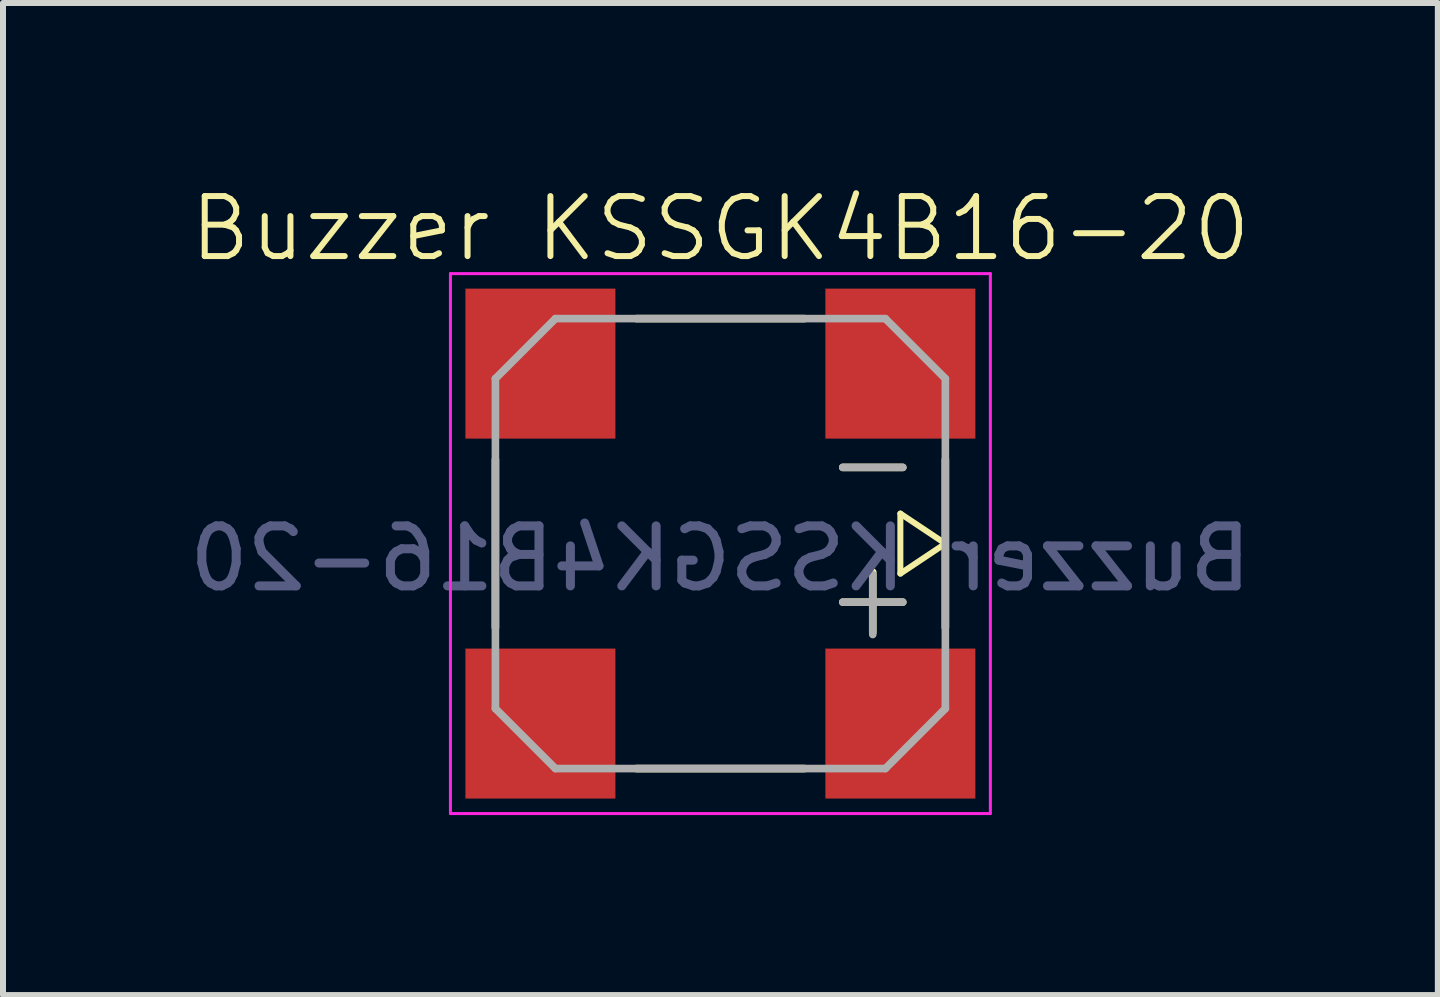
<source format=kicad_pcb>
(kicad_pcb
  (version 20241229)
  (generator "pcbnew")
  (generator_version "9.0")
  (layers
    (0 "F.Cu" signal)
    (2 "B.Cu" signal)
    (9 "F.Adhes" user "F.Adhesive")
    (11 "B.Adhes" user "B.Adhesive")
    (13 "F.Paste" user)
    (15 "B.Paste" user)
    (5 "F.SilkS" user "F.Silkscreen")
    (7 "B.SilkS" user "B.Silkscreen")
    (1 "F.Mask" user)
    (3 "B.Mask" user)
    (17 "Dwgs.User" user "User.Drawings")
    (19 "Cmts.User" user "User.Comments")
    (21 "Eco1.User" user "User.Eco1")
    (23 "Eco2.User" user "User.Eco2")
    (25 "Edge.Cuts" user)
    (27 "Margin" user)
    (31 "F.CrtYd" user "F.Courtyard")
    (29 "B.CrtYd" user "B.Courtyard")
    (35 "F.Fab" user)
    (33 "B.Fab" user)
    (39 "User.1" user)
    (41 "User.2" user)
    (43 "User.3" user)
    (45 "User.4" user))
  (footprint "Buzzer KSSGK4B16-20"
    (layer "F.Cu")
    (at 8.958 6.261)
    (property "Reference" "Buzzer KSSGK4B16-20" (at 0 -5.5 0) (unlocked yes) (layer "F.SilkS") (effects (font (size 1 1) (thickness 0.1))))
    (attr smd)
    (fp_line (start -3.75 -1.65) (end -3.75 1.15) (stroke (width 0.127) (type solid)) (layer "F.SilkS"))
    (fp_line (start 1.4 -4) (end -1.4 -4) (stroke (width 0.127) (type solid)) (layer "F.SilkS"))
    (fp_line (start 1.4 3.5) (end -1.4 3.5) (stroke (width 0.127) (type solid)) (layer "F.SilkS"))
    (fp_line (start 2.54 1.226) (end 2.54 0.226) (stroke (width 0.127) (type solid)) (layer "F.SilkS"))
    (fp_line (start 3 0.25) (end 3 -0.75) (stroke (width 0.1) (type default)) (layer "F.SilkS"))
    (fp_line (start 3.04 -1.52) (end 2.04 -1.52) (stroke (width 0.127) (type solid)) (layer "F.SilkS"))
    (fp_line (start 3.04 0.726) (end 2.04 0.726) (stroke (width 0.127) (type solid)) (layer "F.SilkS"))
    (fp_line (start 3.75 -1.65) (end 3.75 1.15) (stroke (width 0.127) (type solid)) (layer "F.SilkS"))
    (fp_line (start 3.75 -0.25) (end 3 -0.75) (stroke (width 0.1) (type default)) (layer "F.SilkS"))
    (fp_line (start 3.75 -0.25) (end 3 0.25) (stroke (width 0.1) (type default)) (layer "F.SilkS"))
    (fp_line (start -4.5 -4.75) (end -4.5 4.25) (stroke (width 0.05) (type solid)) (layer "F.CrtYd"))
    (fp_line (start -4.5 4.25) (end 4.5 4.25) (stroke (width 0.05) (type solid)) (layer "F.CrtYd"))
    (fp_line (start 4.5 -4.75) (end -4.5 -4.75) (stroke (width 0.05) (type solid)) (layer "F.CrtYd"))
    (fp_line (start 4.5 4.25) (end 4.5 -4.75) (stroke (width 0.05) (type solid)) (layer "F.CrtYd"))
    (fp_line (start -3.75 -3) (end -3.75 2.5) (stroke (width 0.127) (type solid)) (layer "F.Fab"))
    (fp_line (start -2.75 -4) (end -3.75 -3) (stroke (width 0.127) (type solid)) (layer "F.Fab"))
    (fp_line (start -2.75 3.5) (end -3.75 2.5) (stroke (width 0.127) (type solid)) (layer "F.Fab"))
    (fp_line (start 2.54 1.266) (end 2.54 0.266) (stroke (width 0.127) (type solid)) (layer "F.Fab"))
    (fp_line (start 2.75 -4) (end -2.75 -4) (stroke (width 0.127) (type solid)) (layer "F.Fab"))
    (fp_line (start 2.75 3.5) (end -2.75 3.5) (stroke (width 0.127) (type solid)) (layer "F.Fab"))
    (fp_line (start 3.04 -1.52) (end 2.04 -1.52) (stroke (width 0.127) (type solid)) (layer "F.Fab"))
    (fp_line (start 3.04 0.726) (end 2.04 0.726) (stroke (width 0.127) (type solid)) (layer "F.Fab"))
    (fp_line (start 3.75 -3) (end 2.75 -4) (stroke (width 0.127) (type solid)) (layer "F.Fab"))
    (fp_line (start 3.75 -3) (end 3.75 2.5) (stroke (width 0.127) (type solid)) (layer "F.Fab"))
    (fp_line (start 3.75 2.5) (end 2.75 3.5) (stroke (width 0.127) (type solid)) (layer "F.Fab"))
    (fp_text user "${REFERENCE}" (at 0 0 0) (unlocked yes) (layer "B.Fab") (effects (font (size 1 1) (thickness 0.15)) (justify mirror)))
    (pad "N" smd rect (at -3 2.75 180) (size 2.5 2.5) (layers "F.Cu" "F.Mask" "F.Paste"))
    (pad "NC1" smd rect (at 3 -3.25 180) (size 2.5 2.5) (layers "F.Cu" "F.Mask" "F.Paste"))
    (pad "NC2" smd rect (at 3 2.75 180) (size 2.5 2.5) (layers "F.Cu" "F.Mask" "F.Paste"))
    (pad "P" smd rect (at -3 -3.25 180) (size 2.5 2.5) (layers "F.Cu" "F.Mask" "F.Paste")))
  (gr_rect
    (start -3 -3)
    (end 20.917 13.536)
    (stroke (width 0.1) (type default))
    (fill no)
    (layer "Edge.Cuts")))
</source>
